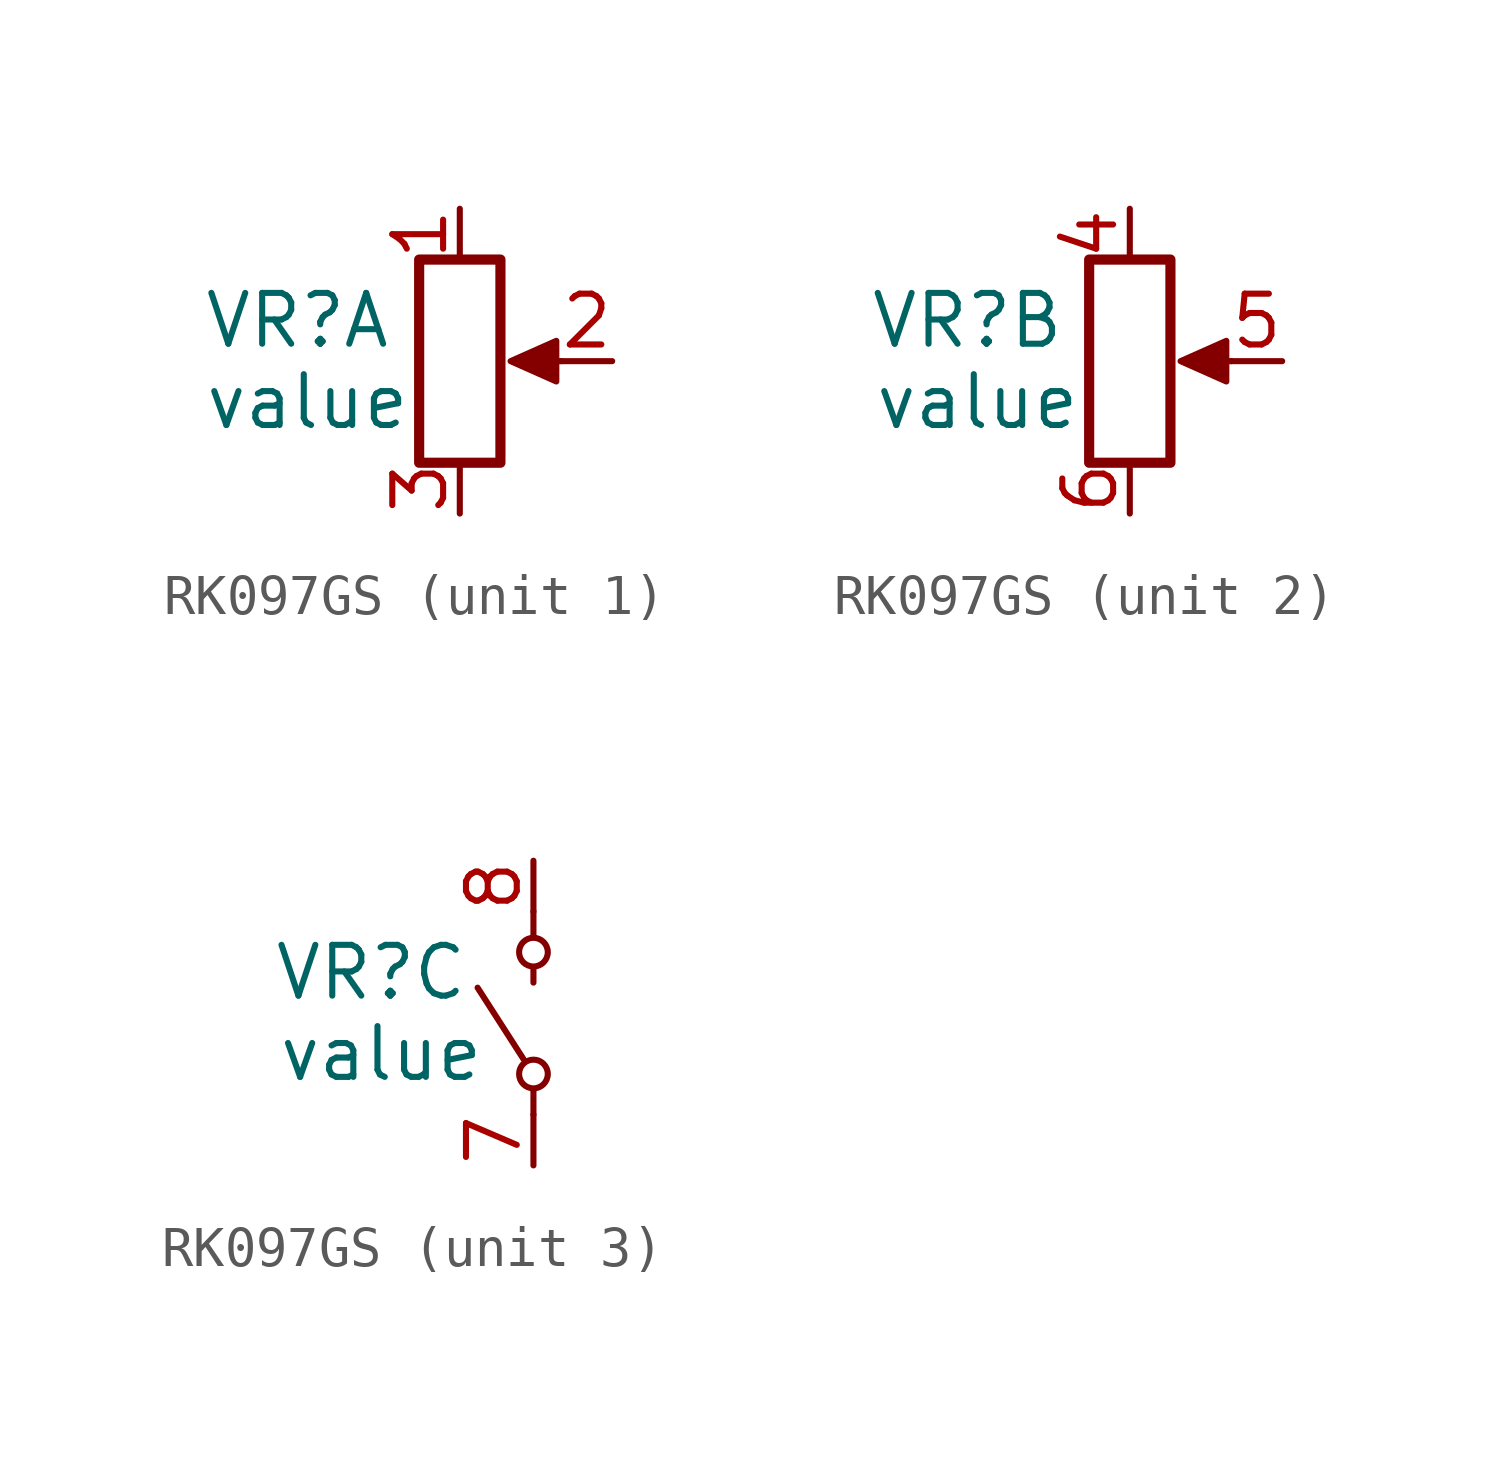
<source format=kicad_sym>
(kicad_symbol_lib
  (version 20241209)
  (generator "kicad_symbol_editor")
  (generator_version "9.0")
  (symbol "RK097GS"
    (pin_names
      (hide yes))
    (property "Reference" "VR"
      (at -4.064 1.016 0)
      (effects (font (size 1.27 1.27))))
    (property "Value" "value"
      (at -3.81 -1.016 0)
      (effects (font (size 1.27 1.27))))
    (property "ki_locked" ""
      (at 0 0 0)
      (effects (font (size 1.27 1.27))))
    (symbol "RK097GS_1_1"
      (rectangle (start -1.016 2.54) (end 1.016 -2.54) (stroke (width 0.254) (type solid)) (fill (type none)))
      (polyline (pts (xy 1.27 0) (xy 2.413 0.508) (xy 2.413 -0.508) (xy 1.27 0)) (stroke (width 0) (type solid)) (fill (type outline)))
      (polyline (pts (xy 2.54 0) (xy 1.778 0)) (stroke (width 0) (type default)) (fill (type none)))
      (pin passive line (at 0 3.81 270) (length 1.27) (name "1" (effects (font (size 1.27 1.27)))) (number "1" (effects (font (size 1.27 1.27)))))
      (pin passive line (at 0 -3.81 90) (length 1.27) (name "3" (effects (font (size 1.27 1.27)))) (number "3" (effects (font (size 1.27 1.27)))))
      (pin passive line (at 3.81 0 180) (length 1.27) (name "2" (effects (font (size 1.27 1.27)))) (number "2" (effects (font (size 1.27 1.27))))))
    (symbol "RK097GS_2_1"
      (rectangle (start -1.016 2.54) (end 1.016 -2.54) (stroke (width 0.254) (type solid)) (fill (type none)))
      (polyline (pts (xy 1.27 0) (xy 2.413 0.508) (xy 2.413 -0.508) (xy 1.27 0)) (stroke (width 0) (type solid)) (fill (type outline)))
      (polyline (pts (xy 2.54 0) (xy 1.778 0)) (stroke (width 0) (type default)) (fill (type none)))
      (pin passive line (at 0 3.81 270) (length 1.27) (name "4" (effects (font (size 1.27 1.27)))) (number "4" (effects (font (size 1.27 1.27)))))
      (pin passive line (at 0 -3.81 90) (length 1.27) (name "6" (effects (font (size 1.27 1.27)))) (number "6" (effects (font (size 1.27 1.27)))))
      (pin passive line (at 3.81 0 180) (length 1.27) (name "5" (effects (font (size 1.27 1.27)))) (number "5" (effects (font (size 1.27 1.27))))))
    (symbol "RK097GS_3_1"
      (polyline (pts (xy -0.254 -1.143) (xy -1.397 0.635)) (stroke (width 0) (type default)) (fill (type none)))
      (polyline (pts (xy 0 2.54) (xy 0 1.905)) (stroke (width 0) (type default)) (fill (type none)))
      (circle (center 0 1.524) (radius 0.359) (stroke (width 0) (type default)) (fill (type none)))
      (polyline (pts (xy 0 1.143) (xy 0 0.762)) (stroke (width 0) (type default)) (fill (type none)))
      (circle (center 0 -1.524) (radius 0.359) (stroke (width 0) (type default)) (fill (type none)))
      (polyline (pts (xy 0 -1.905) (xy 0 -2.54)) (stroke (width 0) (type default)) (fill (type none)))
      (pin passive line (at 0 3.81 270) (length 1.27) (name "8" (effects (font (size 1.27 1.27)))) (number "8" (effects (font (size 1.27 1.27)))))
      (pin passive line (at 0 -3.81 90) (length 1.27) (name "7" (effects (font (size 1.27 1.27)))) (number "7" (effects (font (size 1.27 1.27))))))))
</source>
